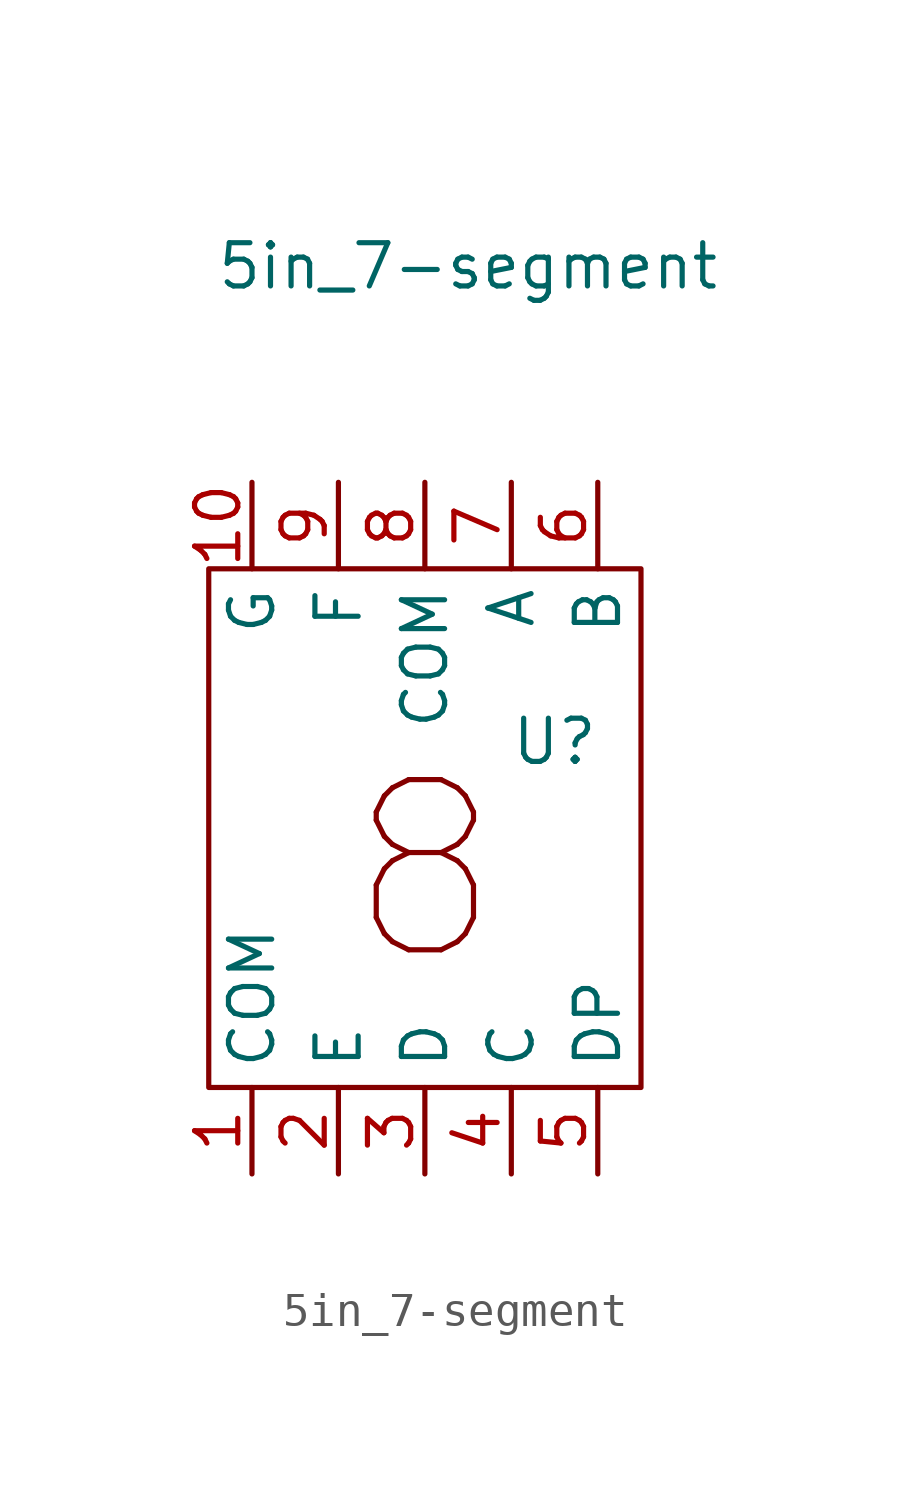
<source format=kicad_sym>
(kicad_symbol_lib
  (version 20211014)
  (generator kicad_symbol_editor)
  (symbol "5in_7-segment"
    (property "Reference" "U"
      (at 2.54 -5.08 0)
      (effects (font (size 1.27 1.27))))
    (property "Value" "5in_7-segment"
      (at 0 8.89 0)
      (effects (font (size 1.27 1.27))))
    (symbol "5in_7-segment_0_0"
      (text "8" (at -1.27 -8.89 0) (effects (font (size 5 5)))))
    (symbol "5in_7-segment_0_1"
      (rectangle (start -7.62 0) (end 5.08 -15.24) (stroke (width 0) (type default) (color 0 0 0 0)) (fill (type none))))
    (symbol "5in_7-segment_1_1"
      (pin input line (at -6.35 -17.78 90) (length 2.54) (name "COM" (effects (font (size 1.27 1.27)))) (number "1" (effects (font (size 1.27 1.27)))))
      (pin input line (at -6.35 2.54 270) (length 2.54) (name "G" (effects (font (size 1.27 1.27)))) (number "10" (effects (font (size 1.27 1.27)))))
      (pin input line (at -3.81 -17.78 90) (length 2.54) (name "E" (effects (font (size 1.27 1.27)))) (number "2" (effects (font (size 1.27 1.27)))))
      (pin input line (at -1.27 -17.78 90) (length 2.54) (name "D" (effects (font (size 1.27 1.27)))) (number "3" (effects (font (size 1.27 1.27)))))
      (pin input line (at 1.27 -17.78 90) (length 2.54) (name "C" (effects (font (size 1.27 1.27)))) (number "4" (effects (font (size 1.27 1.27)))))
      (pin input line (at 3.81 -17.78 90) (length 2.54) (name "DP" (effects (font (size 1.27 1.27)))) (number "5" (effects (font (size 1.27 1.27)))))
      (pin input line (at 3.81 2.54 270) (length 2.54) (name "B" (effects (font (size 1.27 1.27)))) (number "6" (effects (font (size 1.27 1.27)))))
      (pin input line (at 1.27 2.54 270) (length 2.54) (name "A" (effects (font (size 1.27 1.27)))) (number "7" (effects (font (size 1.27 1.27)))))
      (pin input line (at -1.27 2.54 270) (length 2.54) (name "COM" (effects (font (size 1.27 1.27)))) (number "8" (effects (font (size 1.27 1.27)))))
      (pin input line (at -3.81 2.54 270) (length 2.54) (name "F" (effects (font (size 1.27 1.27)))) (number "9" (effects (font (size 1.27 1.27))))))))
</source>
